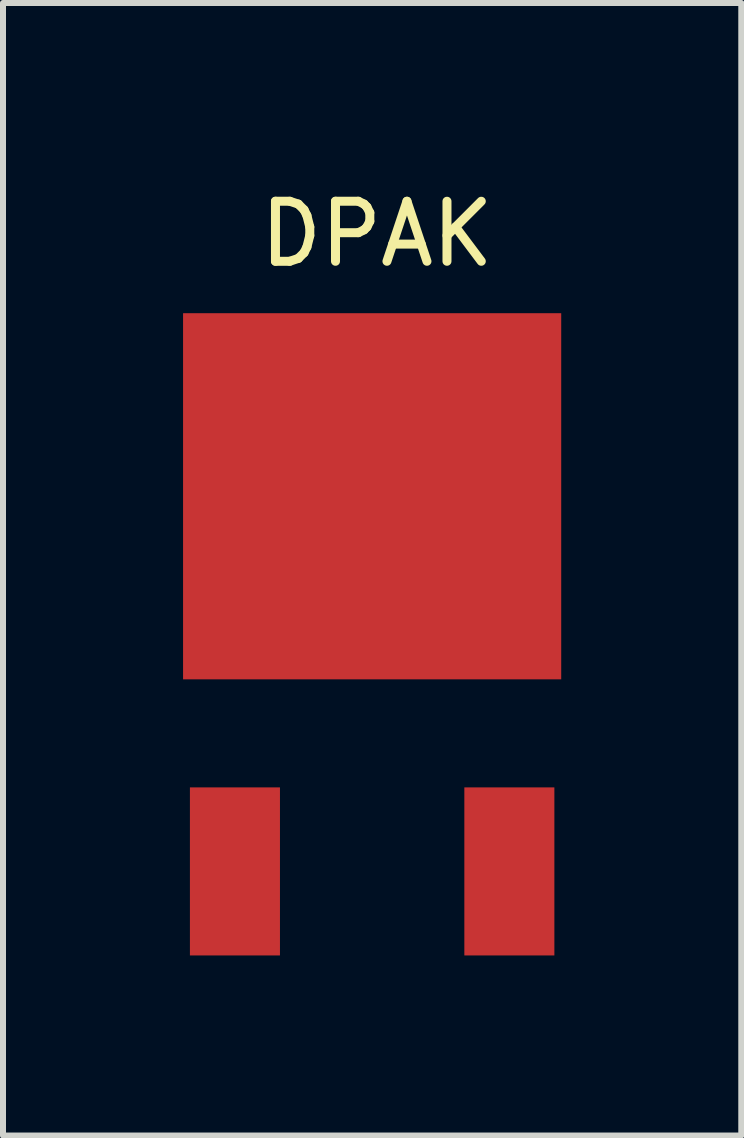
<source format=kicad_pcb>
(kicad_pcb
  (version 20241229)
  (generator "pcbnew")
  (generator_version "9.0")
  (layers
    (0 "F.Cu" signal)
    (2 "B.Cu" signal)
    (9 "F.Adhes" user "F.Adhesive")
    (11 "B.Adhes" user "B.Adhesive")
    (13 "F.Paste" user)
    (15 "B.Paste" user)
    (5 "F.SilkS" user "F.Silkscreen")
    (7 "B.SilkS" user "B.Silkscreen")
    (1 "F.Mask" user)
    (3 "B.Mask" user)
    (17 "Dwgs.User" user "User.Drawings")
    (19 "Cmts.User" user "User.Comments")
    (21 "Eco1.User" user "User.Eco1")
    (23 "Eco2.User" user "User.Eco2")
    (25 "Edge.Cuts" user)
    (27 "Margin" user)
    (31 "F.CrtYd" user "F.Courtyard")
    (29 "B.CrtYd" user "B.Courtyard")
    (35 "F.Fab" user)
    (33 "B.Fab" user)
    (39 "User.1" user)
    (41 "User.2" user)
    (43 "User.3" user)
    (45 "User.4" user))
  (footprint "DPAK"
    (layer "F.Cu")
    (at 3.15 7.518)
    (property "Reference" "DPAK" (at 0.08 -6.67 0) (layer "F.SilkS") (effects (font (size 1 1) (thickness 0.15))))
    (attr through_hole)
    (pad "1" smd rect (at 0 -2.3) (size 6.3 6.1) (layers "F.Cu" "F.Mask" "F.Paste"))
    (pad "2" smd rect (at -2.286 3.95) (size 1.5 2.8) (layers "F.Cu" "F.Mask" "F.Paste"))
    (pad "3" smd rect (at 2.286 3.95) (size 1.5 2.8) (layers "F.Cu" "F.Mask" "F.Paste")))
  (gr_rect
    (start -3 -3)
    (end 9.3 15.868)
    (stroke (width 0.1) (type default))
    (fill no)
    (layer "Edge.Cuts")))
</source>
